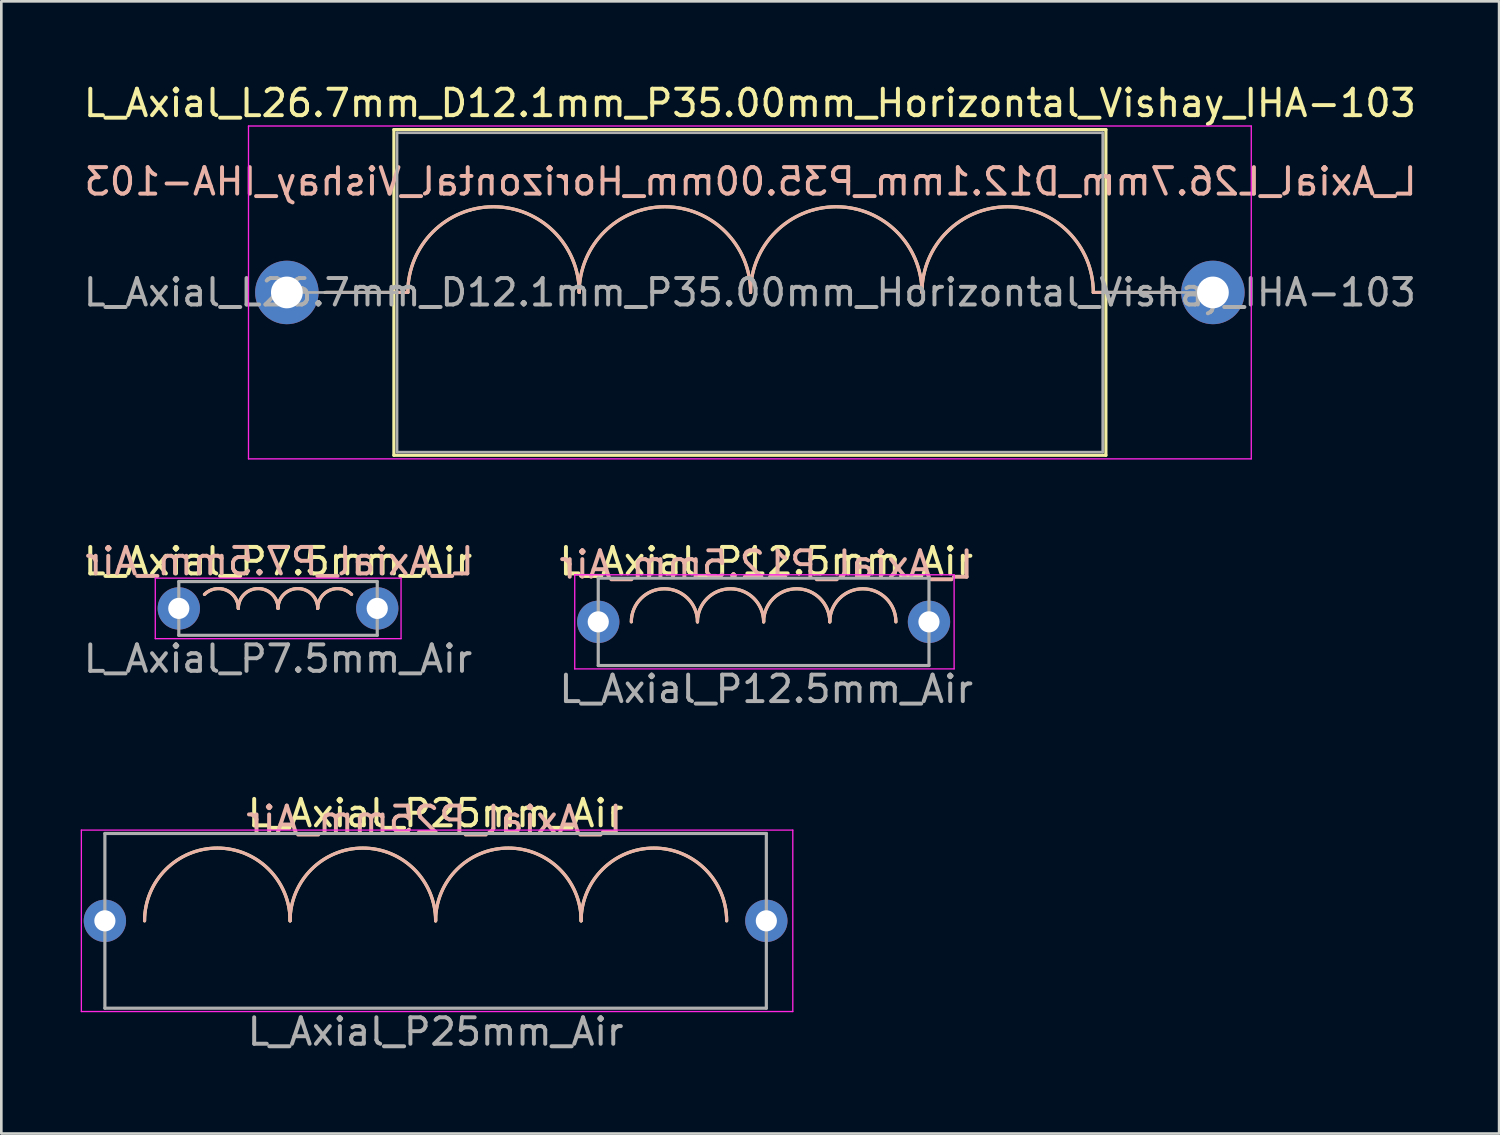
<source format=kicad_pcb>
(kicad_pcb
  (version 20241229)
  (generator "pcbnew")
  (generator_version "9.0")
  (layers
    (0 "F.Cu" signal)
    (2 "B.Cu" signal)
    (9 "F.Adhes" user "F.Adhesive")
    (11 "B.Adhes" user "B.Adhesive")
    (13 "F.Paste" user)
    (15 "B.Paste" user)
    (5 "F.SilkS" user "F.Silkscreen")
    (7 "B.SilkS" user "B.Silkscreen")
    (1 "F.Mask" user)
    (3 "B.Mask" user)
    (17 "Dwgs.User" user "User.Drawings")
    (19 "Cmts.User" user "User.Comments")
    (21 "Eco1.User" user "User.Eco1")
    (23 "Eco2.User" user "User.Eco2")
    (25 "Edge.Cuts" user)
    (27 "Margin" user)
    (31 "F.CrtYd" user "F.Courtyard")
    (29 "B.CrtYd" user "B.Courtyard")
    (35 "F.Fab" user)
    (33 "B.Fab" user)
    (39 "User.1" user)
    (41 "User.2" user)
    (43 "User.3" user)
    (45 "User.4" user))
  (footprint "L_Axial_P12.5mm_Air"
    (layer "F.Cu")
    (at 19.561 20.453)
    (property "Reference" "L_Axial_P12.5mm_Air" (at 6.35 -2.286 0) (layer "F.SilkS") (effects (font (size 1 1) (thickness 0.15))))
    (fp_arc (start 1.25 0) (mid 2.5 -1.25) (end 3.75 0) (stroke (width 0.12) (type solid)) (layer "F.SilkS"))
    (fp_arc (start 3.75 0) (mid 5 -1.25) (end 6.25 0) (stroke (width 0.12) (type solid)) (layer "F.SilkS"))
    (fp_arc (start 6.25 0) (mid 7.5 -1.25) (end 8.75 0) (stroke (width 0.12) (type solid)) (layer "F.SilkS"))
    (fp_arc (start 8.75 0) (mid 10 -1.25) (end 11.25 0) (stroke (width 0.12) (type solid)) (layer "F.SilkS"))
    (fp_arc (start 1.25 0) (mid 2.5 -1.25) (end 3.75 0) (stroke (width 0.12) (type solid)) (layer "B.SilkS"))
    (fp_arc (start 3.75 0) (mid 5 -1.25) (end 6.25 0) (stroke (width 0.12) (type solid)) (layer "B.SilkS"))
    (fp_arc (start 6.25 0) (mid 7.5 -1.25) (end 8.75 0) (stroke (width 0.12) (type solid)) (layer "B.SilkS"))
    (fp_arc (start 8.75 0) (mid 10 -1.25) (end 11.25 0) (stroke (width 0.12) (type solid)) (layer "B.SilkS"))
    (fp_line (start -0.889 -1.778) (end -0.889 1.778) (stroke (width 0.05) (type solid)) (layer "F.CrtYd"))
    (fp_line (start -0.889 1.778) (end 13.45 1.778) (stroke (width 0.05) (type solid)) (layer "F.CrtYd"))
    (fp_line (start 13.45 -1.778) (end -0.889 -1.778) (stroke (width 0.05) (type solid)) (layer "F.CrtYd"))
    (fp_line (start 13.45 1.778) (end 13.45 -1.778) (stroke (width 0.05) (type solid)) (layer "F.CrtYd"))
    (fp_line (start 0 -1.651) (end 0 1.651) (stroke (width 0.12) (type solid)) (layer "F.Fab"))
    (fp_line (start 0 1.651) (end 12.5 1.651) (stroke (width 0.12) (type solid)) (layer "F.Fab"))
    (fp_line (start 12.5 -1.651) (end 0 -1.651) (stroke (width 0.12) (type solid)) (layer "F.Fab"))
    (fp_line (start 12.5 1.651) (end 12.5 -1.651) (stroke (width 0.12) (type solid)) (layer "F.Fab"))
    (fp_text user "${REFERENCE}" (at 6.35 -2.159 0) (layer "B.SilkS") (effects (font (size 1 1) (thickness 0.15)) (justify mirror)))
    (fp_text user "${REFERENCE}" (at 6.35 2.54 0) (layer "F.Fab") (effects (font (size 1 1) (thickness 0.15))))
    (pad "1" thru_hole circle (at 0 0) (size 1.6 1.6) (drill 0.8) (layers "*.Cu" "*.Mask"))
    (pad "2" thru_hole oval (at 12.5 0) (size 1.6 1.6) (drill 0.8) (layers "*.Cu" "*.Mask")))
  (footprint "L_Axial_L26.7mm_D12.1mm_P35.00mm_Horizontal_Vishay_IHA-103"
    (layer "F.Cu")
    (at 7.792 8.003)
    (property "Reference" "L_Axial_L26.7mm_D12.1mm_P35.00mm_Horizontal_Vishay_IHA-103" (at 17.5 -7.155 0) (layer "F.SilkS") (effects (font (size 1 1) (thickness 0.15))))
    (fp_line (start 1.44 0) (end 4.045 0) (stroke (width 0.12) (type solid)) (layer "F.SilkS"))
    (fp_line (start 4.045 -6.155) (end 4.045 6.155) (stroke (width 0.12) (type solid)) (layer "F.SilkS"))
    (fp_line (start 4.045 6.155) (end 30.955 6.155) (stroke (width 0.12) (type solid)) (layer "F.SilkS"))
    (fp_line (start 4.572 0) (end 4.045 0) (stroke (width 0.12) (type solid)) (layer "F.SilkS"))
    (fp_line (start 30.48 0) (end 30.988 0) (stroke (width 0.12) (type solid)) (layer "F.SilkS"))
    (fp_line (start 30.955 -6.155) (end 4.045 -6.155) (stroke (width 0.12) (type solid)) (layer "F.SilkS"))
    (fp_line (start 30.955 6.155) (end 30.955 -6.155) (stroke (width 0.12) (type solid)) (layer "F.SilkS"))
    (fp_line (start 33.56 0) (end 30.955 0) (stroke (width 0.12) (type solid)) (layer "F.SilkS"))
    (fp_arc (start 4.572 0) (mid 7.8105 -3.2385) (end 11.049 0) (stroke (width 0.12) (type solid)) (layer "F.SilkS"))
    (fp_arc (start 11.049 0) (mid 14.2875 -3.2385) (end 17.526 0) (stroke (width 0.12) (type solid)) (layer "F.SilkS"))
    (fp_arc (start 17.526 0) (mid 20.7645 -3.2385) (end 24.003 0) (stroke (width 0.12) (type solid)) (layer "F.SilkS"))
    (fp_arc (start 24.003 0) (mid 27.2415 -3.2385) (end 30.48 0) (stroke (width 0.12) (type solid)) (layer "F.SilkS"))
    (fp_line (start 1.492 0) (end 4.097 0) (stroke (width 0.12) (type solid)) (layer "B.SilkS"))
    (fp_line (start 4.572 0) (end 4.064 0) (stroke (width 0.12) (type solid)) (layer "B.SilkS"))
    (fp_line (start 30.48 0) (end 31.007 0) (stroke (width 0.12) (type solid)) (layer "B.SilkS"))
    (fp_line (start 33.612 0) (end 31.007 0) (stroke (width 0.12) (type solid)) (layer "B.SilkS"))
    (fp_arc (start 4.572 0) (mid 7.8105 -3.2385) (end 11.049 0) (stroke (width 0.12) (type solid)) (layer "B.SilkS"))
    (fp_arc (start 11.049 0) (mid 14.2875 -3.2385) (end 17.526 0) (stroke (width 0.12) (type solid)) (layer "B.SilkS"))
    (fp_arc (start 17.526 0) (mid 20.7645 -3.2385) (end 24.003 0) (stroke (width 0.12) (type solid)) (layer "B.SilkS"))
    (fp_arc (start 24.003 0) (mid 27.2415 -3.2385) (end 30.48 0) (stroke (width 0.12) (type solid)) (layer "B.SilkS"))
    (fp_line (start -1.45 -6.29) (end -1.45 6.29) (stroke (width 0.05) (type solid)) (layer "F.CrtYd"))
    (fp_line (start -1.45 6.29) (end 36.45 6.29) (stroke (width 0.05) (type solid)) (layer "F.CrtYd"))
    (fp_line (start 36.45 -6.29) (end -1.45 -6.29) (stroke (width 0.05) (type solid)) (layer "F.CrtYd"))
    (fp_line (start 36.45 6.29) (end 36.45 -6.29) (stroke (width 0.05) (type solid)) (layer "F.CrtYd"))
    (fp_line (start 0 0) (end 4.165 0) (stroke (width 0.1) (type solid)) (layer "F.Fab"))
    (fp_line (start 4.165 -6.035) (end 4.165 6.035) (stroke (width 0.1) (type solid)) (layer "F.Fab"))
    (fp_line (start 4.165 6.035) (end 30.835 6.035) (stroke (width 0.1) (type solid)) (layer "F.Fab"))
    (fp_line (start 30.835 -6.035) (end 4.165 -6.035) (stroke (width 0.1) (type solid)) (layer "F.Fab"))
    (fp_line (start 30.835 6.035) (end 30.835 -6.035) (stroke (width 0.1) (type solid)) (layer "F.Fab"))
    (fp_line (start 35 0) (end 30.835 0) (stroke (width 0.1) (type solid)) (layer "F.Fab"))
    (fp_text user "${REFERENCE}" (at 17.526 -4.191 0) (layer "B.SilkS") (effects (font (size 1 1) (thickness 0.15)) (justify mirror)))
    (fp_text user "${REFERENCE}" (at 17.5 0 0) (layer "F.Fab") (effects (font (size 1 1) (thickness 0.15))))
    (pad "1" thru_hole circle (at 0 0) (size 2.4 2.4) (drill 1.2) (layers "*.Cu" "*.Mask"))
    (pad "2" thru_hole oval (at 35 0) (size 2.4 2.4) (drill 1.2) (layers "*.Cu" "*.Mask")))
  (footprint "L_Axial_P7.5mm_Air"
    (layer "F.Cu")
    (at 3.708 19.945)
    (property "Reference" "L_Axial_P7.5mm_Air" (at 3.75 -1.778 0) (layer "F.SilkS") (effects (font (size 1 1) (thickness 0.15))))
    (fp_arc (start 0.96967 -0.53033) (mid 1.787013 -0.69291) (end 2.25 0) (stroke (width 0.12) (type solid)) (layer "F.SilkS"))
    (fp_arc (start 2.25 0) (mid 3 -0.75) (end 3.75 0) (stroke (width 0.12) (type solid)) (layer "F.SilkS"))
    (fp_arc (start 3.75 0) (mid 4.5 -0.75) (end 5.25 0) (stroke (width 0.12) (type solid)) (layer "F.SilkS"))
    (fp_arc (start 5.25 0) (mid 5.712987 -0.69291) (end 6.53033 -0.53033) (stroke (width 0.12) (type solid)) (layer "F.SilkS"))
    (fp_arc (start 0.96967 -0.53033) (mid 1.787013 -0.69291) (end 2.25 0) (stroke (width 0.12) (type solid)) (layer "B.SilkS"))
    (fp_arc (start 2.25 0) (mid 3 -0.75) (end 3.75 0) (stroke (width 0.12) (type solid)) (layer "B.SilkS"))
    (fp_arc (start 3.75 0) (mid 4.5 -0.75) (end 5.25 0) (stroke (width 0.12) (type solid)) (layer "B.SilkS"))
    (fp_arc (start 5.25 0) (mid 5.712987 -0.69291) (end 6.53033 -0.53033) (stroke (width 0.12) (type solid)) (layer "B.SilkS"))
    (fp_line (start -0.889 -1.143) (end -0.889 1.143) (stroke (width 0.05) (type solid)) (layer "F.CrtYd"))
    (fp_line (start -0.889 1.143) (end 8.4 1.143) (stroke (width 0.05) (type solid)) (layer "F.CrtYd"))
    (fp_line (start 8.4 -1.143) (end -0.889 -1.143) (stroke (width 0.05) (type solid)) (layer "F.CrtYd"))
    (fp_line (start 8.4 1.143) (end 8.4 -1.143) (stroke (width 0.05) (type solid)) (layer "F.CrtYd"))
    (fp_line (start 0 -1.016) (end 0 1.016) (stroke (width 0.12) (type solid)) (layer "F.Fab"))
    (fp_line (start 0 1.016) (end 7.5 1.016) (stroke (width 0.12) (type solid)) (layer "F.Fab"))
    (fp_line (start 7.5 -1.016) (end 0 -1.016) (stroke (width 0.12) (type solid)) (layer "F.Fab"))
    (fp_line (start 7.5 1.016) (end 7.5 -1.016) (stroke (width 0.12) (type solid)) (layer "F.Fab"))
    (fp_text user "${REFERENCE}" (at 3.81 -1.778 0) (layer "B.SilkS") (effects (font (size 1 1) (thickness 0.15)) (justify mirror)))
    (fp_text user "${REFERENCE}" (at 3.75 1.905 0) (layer "F.Fab") (effects (font (size 1 1) (thickness 0.15))))
    (pad "1" thru_hole circle (at 0 0) (size 1.6 1.6) (drill 0.8) (layers "*.Cu" "*.Mask"))
    (pad "2" thru_hole oval (at 7.5 0) (size 1.6 1.6) (drill 0.8) (layers "*.Cu" "*.Mask")))
  (footprint "L_Axial_P25mm_Air"
    (layer "F.Cu")
    (at 0.914 31.753)
    (property "Reference" "L_Axial_P25mm_Air" (at 12.5 -4.064 0) (layer "F.SilkS") (effects (font (size 1 1) (thickness 0.15))))
    (fp_arc (start 1.5 0) (mid 4.25 -2.75) (end 7 0) (stroke (width 0.12) (type solid)) (layer "F.SilkS"))
    (fp_arc (start 7 0) (mid 9.75 -2.75) (end 12.5 0) (stroke (width 0.12) (type solid)) (layer "F.SilkS"))
    (fp_arc (start 12.5 0) (mid 15.25 -2.75) (end 18 0) (stroke (width 0.12) (type solid)) (layer "F.SilkS"))
    (fp_arc (start 18 0) (mid 20.75 -2.75) (end 23.5 0) (stroke (width 0.12) (type solid)) (layer "F.SilkS"))
    (fp_arc (start 1.5 0) (mid 4.25 -2.75) (end 7 0) (stroke (width 0.12) (type solid)) (layer "B.SilkS"))
    (fp_arc (start 7 0) (mid 9.75 -2.75) (end 12.5 0) (stroke (width 0.12) (type solid)) (layer "B.SilkS"))
    (fp_arc (start 12.5 0) (mid 15.25 -2.75) (end 18 0) (stroke (width 0.12) (type solid)) (layer "B.SilkS"))
    (fp_arc (start 18 0) (mid 20.75 -2.75) (end 23.5 0) (stroke (width 0.12) (type solid)) (layer "B.SilkS"))
    (fp_line (start -0.889 -3.429) (end -0.889 3.429) (stroke (width 0.05) (type solid)) (layer "F.CrtYd"))
    (fp_line (start -0.889 3.429) (end 26 3.429) (stroke (width 0.05) (type solid)) (layer "F.CrtYd"))
    (fp_line (start 26 -3.429) (end -0.889 -3.429) (stroke (width 0.05) (type solid)) (layer "F.CrtYd"))
    (fp_line (start 26 3.429) (end 26 -3.429) (stroke (width 0.05) (type solid)) (layer "F.CrtYd"))
    (fp_line (start 0 -3.302) (end 25 -3.302) (stroke (width 0.12) (type solid)) (layer "F.Fab"))
    (fp_line (start 0 0) (end 0 -3.302) (stroke (width 0.12) (type solid)) (layer "F.Fab"))
    (fp_line (start 0 3.302) (end 0 0) (stroke (width 0.12) (type solid)) (layer "F.Fab"))
    (fp_line (start 0 3.302) (end 25 3.302) (stroke (width 0.12) (type solid)) (layer "F.Fab"))
    (fp_line (start 25 -3.302) (end 25 0) (stroke (width 0.12) (type solid)) (layer "F.Fab"))
    (fp_line (start 25 3.302) (end 25 0) (stroke (width 0.12) (type solid)) (layer "F.Fab"))
    (fp_text user "${REFERENCE}" (at 12.446 -3.81 0) (layer "B.SilkS") (effects (font (size 1 1) (thickness 0.15)) (justify mirror)))
    (fp_text user "${REFERENCE}" (at 12.5 4.191 0) (layer "F.Fab") (effects (font (size 1 1) (thickness 0.15))))
    (pad "1" thru_hole circle (at 0 0) (size 1.6 1.6) (drill 0.8) (layers "*.Cu" "*.Mask"))
    (pad "2" thru_hole oval (at 25 0) (size 1.6 1.6) (drill 0.8) (layers "*.Cu" "*.Mask")))
  (gr_rect
    (start -3 -3)
    (end 53.609 39.792)
    (stroke (width 0.1) (type default))
    (fill no)
    (layer "Edge.Cuts")))
</source>
